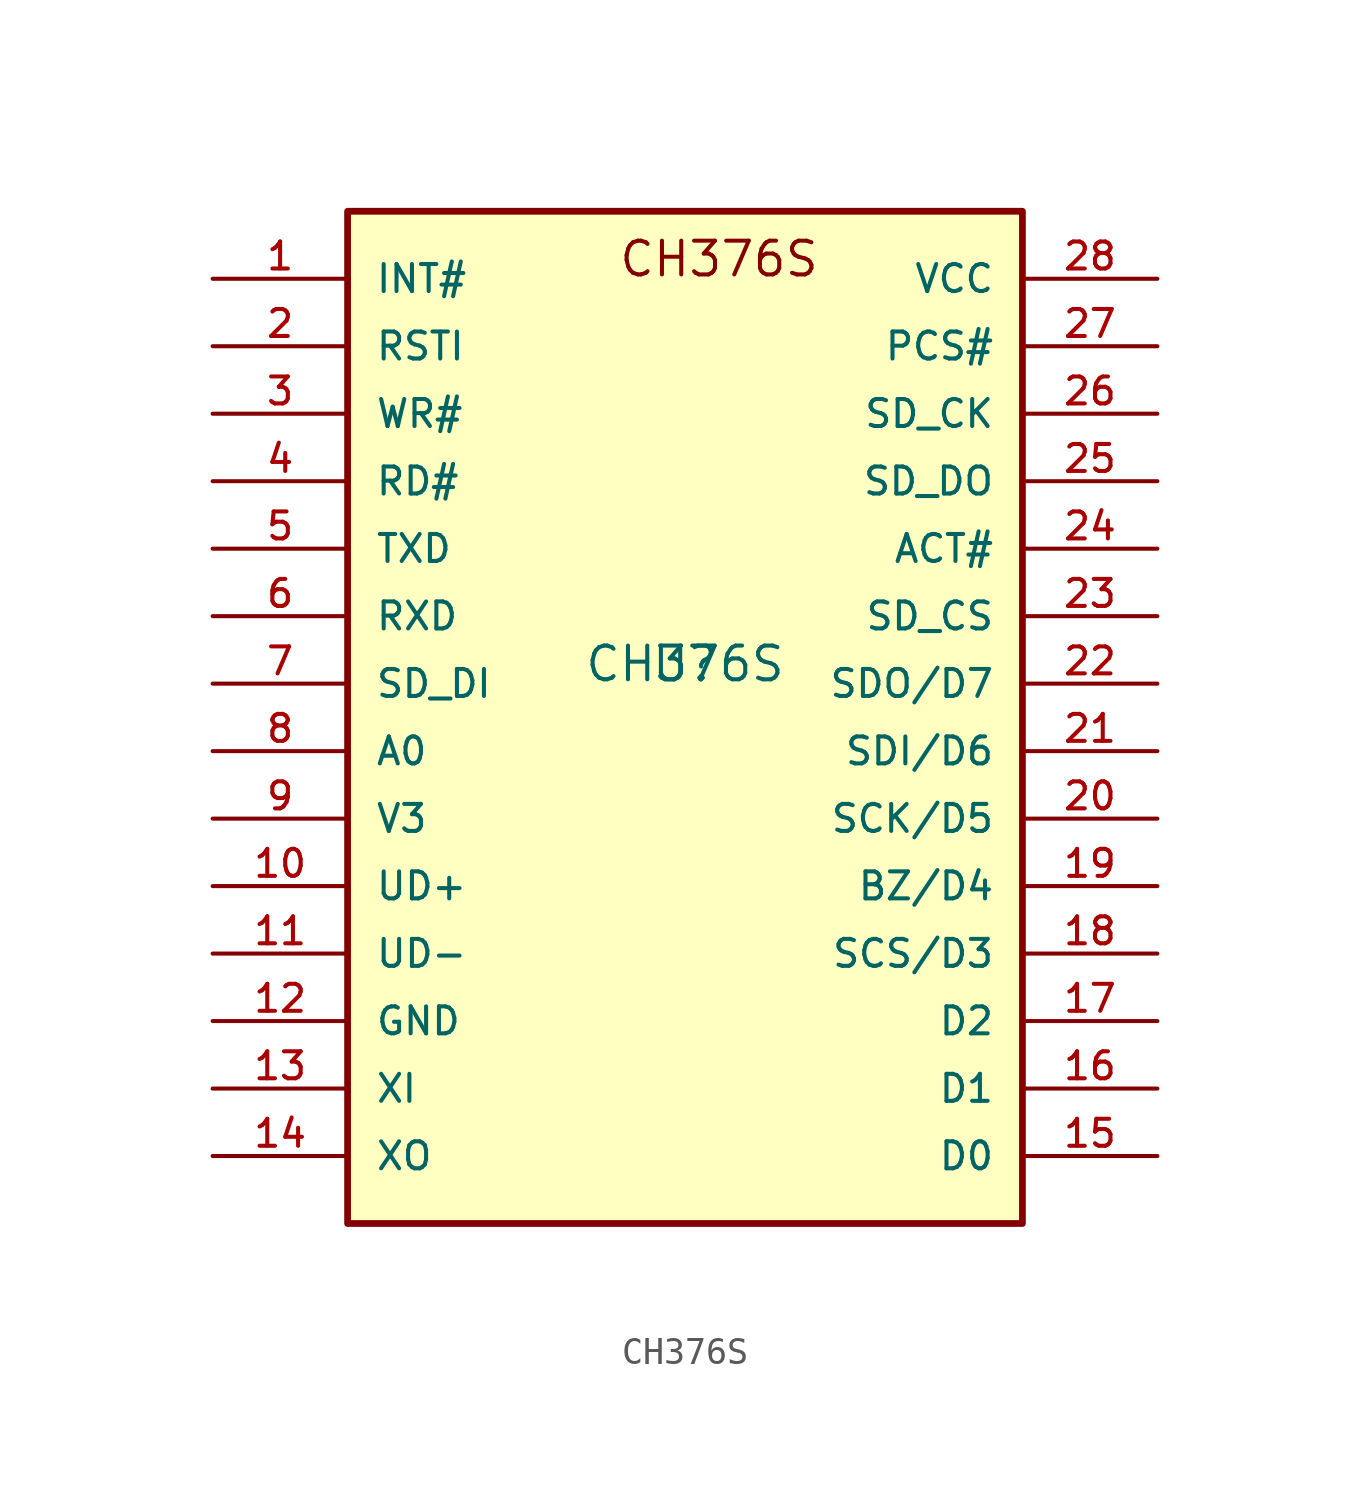
<source format=kicad_sym>
(kicad_symbol_lib
  (version 20211014)
  (generator kicad_symbol_editor)
  (symbol "CH376S"
    (pin_names
      (offset 1.016))
    (property "Reference" "U"
      (at 0 0 0)
      (effects (font (size 1.27 1.27)) (justify bottom)))
    (property "Value" "CH376S"
      (at 0 0.0 0)
      (effects (font (size 1.27 1.27)) (justify bottom)))
    (symbol "CH376S_0_0"
      (text "CH376S" (at -2.54 15.24 0) (effects (font (size 1.27 1.27)) (justify bottom left)))
      (rectangle (start -12.7 -20.32) (end 12.7 17.78) (stroke (width 0.254)) (fill (type background)))
      (pin bidirectional line (at -17.78 15.24 0) (length 5.08) (name "INT#" (effects (font (size 1.016 1.016)))) (number "1" (effects (font (size 1.016 1.016)))))
      (pin bidirectional line (at -17.78 12.7 0) (length 5.08) (name "RSTI" (effects (font (size 1.016 1.016)))) (number "2" (effects (font (size 1.016 1.016)))))
      (pin bidirectional line (at -17.78 10.16 0) (length 5.08) (name "WR#" (effects (font (size 1.016 1.016)))) (number "3" (effects (font (size 1.016 1.016)))))
      (pin bidirectional line (at -17.78 7.62 0) (length 5.08) (name "RD#" (effects (font (size 1.016 1.016)))) (number "4" (effects (font (size 1.016 1.016)))))
      (pin bidirectional line (at -17.78 5.08 0) (length 5.08) (name "TXD" (effects (font (size 1.016 1.016)))) (number "5" (effects (font (size 1.016 1.016)))))
      (pin bidirectional line (at -17.78 2.54 0) (length 5.08) (name "RXD" (effects (font (size 1.016 1.016)))) (number "6" (effects (font (size 1.016 1.016)))))
      (pin bidirectional line (at -17.78 0.0 0) (length 5.08) (name "SD_DI" (effects (font (size 1.016 1.016)))) (number "7" (effects (font (size 1.016 1.016)))))
      (pin bidirectional line (at -17.78 -2.54 0) (length 5.08) (name "A0" (effects (font (size 1.016 1.016)))) (number "8" (effects (font (size 1.016 1.016)))))
      (pin bidirectional line (at -17.78 -5.08 0) (length 5.08) (name "V3" (effects (font (size 1.016 1.016)))) (number "9" (effects (font (size 1.016 1.016)))))
      (pin bidirectional line (at -17.78 -7.62 0) (length 5.08) (name "UD+" (effects (font (size 1.016 1.016)))) (number "10" (effects (font (size 1.016 1.016)))))
      (pin bidirectional line (at -17.78 -10.16 0) (length 5.08) (name "UD-" (effects (font (size 1.016 1.016)))) (number "11" (effects (font (size 1.016 1.016)))))
      (pin bidirectional line (at -17.78 -12.7 0) (length 5.08) (name "GND" (effects (font (size 1.016 1.016)))) (number "12" (effects (font (size 1.016 1.016)))))
      (pin bidirectional line (at -17.78 -15.24 0) (length 5.08) (name "XI" (effects (font (size 1.016 1.016)))) (number "13" (effects (font (size 1.016 1.016)))))
      (pin bidirectional line (at -17.78 -17.78 0) (length 5.08) (name "XO" (effects (font (size 1.016 1.016)))) (number "14" (effects (font (size 1.016 1.016)))))
      (pin bidirectional line (at 17.78 -17.78 180.0) (length 5.08) (name "D0" (effects (font (size 1.016 1.016)))) (number "15" (effects (font (size 1.016 1.016)))))
      (pin bidirectional line (at 17.78 -15.24 180.0) (length 5.08) (name "D1" (effects (font (size 1.016 1.016)))) (number "16" (effects (font (size 1.016 1.016)))))
      (pin bidirectional line (at 17.78 -12.7 180.0) (length 5.08) (name "D2" (effects (font (size 1.016 1.016)))) (number "17" (effects (font (size 1.016 1.016)))))
      (pin bidirectional line (at 17.78 -10.16 180.0) (length 5.08) (name "SCS/D3" (effects (font (size 1.016 1.016)))) (number "18" (effects (font (size 1.016 1.016)))))
      (pin bidirectional line (at 17.78 -7.62 180.0) (length 5.08) (name "BZ/D4" (effects (font (size 1.016 1.016)))) (number "19" (effects (font (size 1.016 1.016)))))
      (pin bidirectional line (at 17.78 -5.08 180.0) (length 5.08) (name "SCK/D5" (effects (font (size 1.016 1.016)))) (number "20" (effects (font (size 1.016 1.016)))))
      (pin bidirectional line (at 17.78 -2.54 180.0) (length 5.08) (name "SDI/D6" (effects (font (size 1.016 1.016)))) (number "21" (effects (font (size 1.016 1.016)))))
      (pin bidirectional line (at 17.78 0.0 180.0) (length 5.08) (name "SDO/D7" (effects (font (size 1.016 1.016)))) (number "22" (effects (font (size 1.016 1.016)))))
      (pin bidirectional line (at 17.78 2.54 180.0) (length 5.08) (name "SD_CS" (effects (font (size 1.016 1.016)))) (number "23" (effects (font (size 1.016 1.016)))))
      (pin bidirectional line (at 17.78 5.08 180.0) (length 5.08) (name "ACT#" (effects (font (size 1.016 1.016)))) (number "24" (effects (font (size 1.016 1.016)))))
      (pin bidirectional line (at 17.78 7.62 180.0) (length 5.08) (name "SD_DO" (effects (font (size 1.016 1.016)))) (number "25" (effects (font (size 1.016 1.016)))))
      (pin bidirectional line (at 17.78 10.16 180.0) (length 5.08) (name "SD_CK" (effects (font (size 1.016 1.016)))) (number "26" (effects (font (size 1.016 1.016)))))
      (pin bidirectional line (at 17.78 12.7 180.0) (length 5.08) (name "PCS#" (effects (font (size 1.016 1.016)))) (number "27" (effects (font (size 1.016 1.016)))))
      (pin bidirectional line (at 17.78 15.24 180.0) (length 5.08) (name "VCC" (effects (font (size 1.016 1.016)))) (number "28" (effects (font (size 1.016 1.016))))))))
</source>
